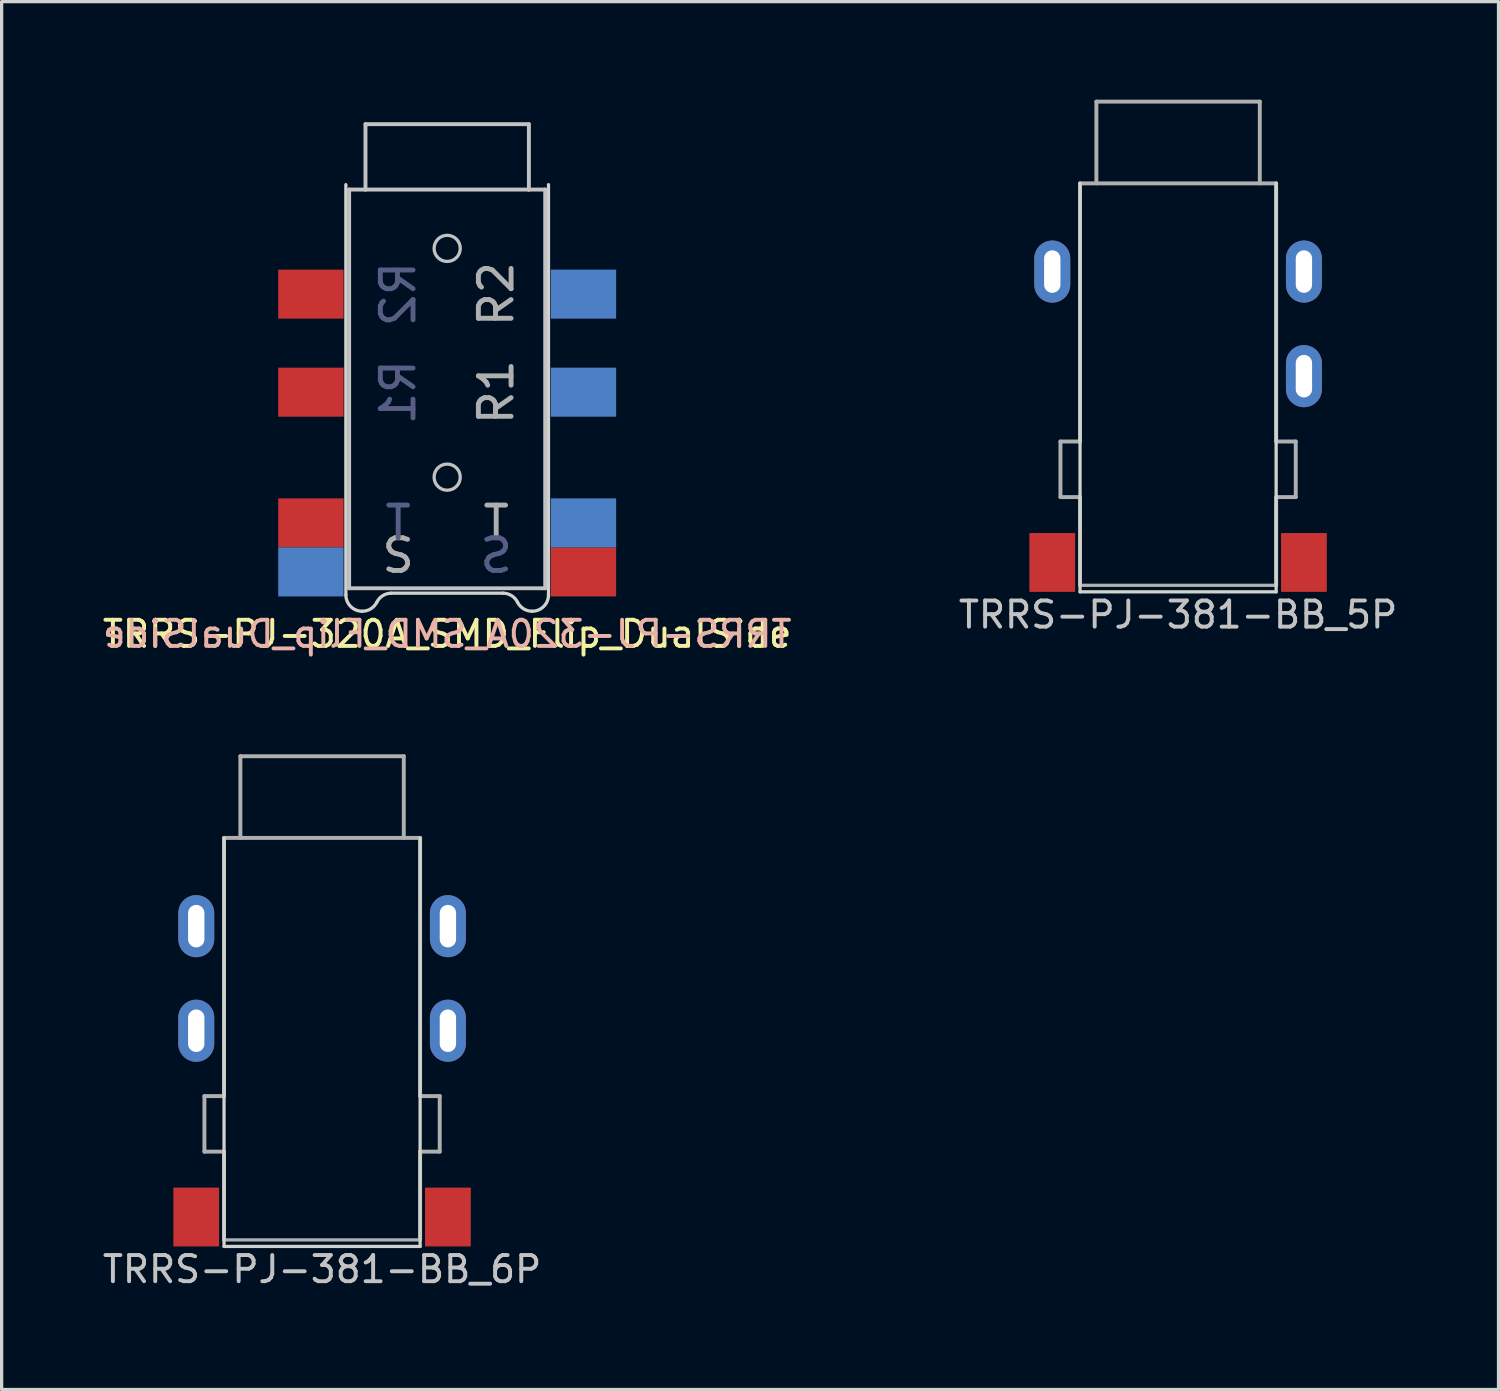
<source format=kicad_pcb>
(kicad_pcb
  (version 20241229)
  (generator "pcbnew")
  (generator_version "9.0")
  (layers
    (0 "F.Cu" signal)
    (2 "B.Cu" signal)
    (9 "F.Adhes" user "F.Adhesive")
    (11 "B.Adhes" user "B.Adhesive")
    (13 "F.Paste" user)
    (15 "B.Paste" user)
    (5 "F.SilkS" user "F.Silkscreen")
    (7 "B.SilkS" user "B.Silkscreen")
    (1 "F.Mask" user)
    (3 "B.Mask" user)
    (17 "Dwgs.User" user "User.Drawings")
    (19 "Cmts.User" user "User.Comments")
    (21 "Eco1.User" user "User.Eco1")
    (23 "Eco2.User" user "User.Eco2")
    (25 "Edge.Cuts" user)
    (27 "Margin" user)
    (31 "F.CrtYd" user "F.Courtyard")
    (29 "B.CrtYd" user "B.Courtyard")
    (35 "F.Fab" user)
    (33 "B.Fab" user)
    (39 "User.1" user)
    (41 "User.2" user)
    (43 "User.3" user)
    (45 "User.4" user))
  (footprint "TRRS-PJ-320A_SMD_Flip_DualSide"
    (layer "F.Cu")
    (at 10.633 2.75)
    (property "Reference" "TRRS-PJ-320A_SMD_Flip_DualSide" (at 0 13.6 0) (layer "F.SilkS") (effects (font (size 0.8 0.8) (thickness 0.12))))
    (attr through_hole)
    (fp_line (start -3 12.2) (end -3 0) (stroke (width 0.12) (type default)) (layer "Dwgs.User"))
    (fp_line (start -3 12.2) (end 3 12.2) (stroke (width 0.12) (type default)) (layer "Dwgs.User"))
    (fp_line (start -2.5 -2) (end -2.5 0) (stroke (width 0.12) (type default)) (layer "Dwgs.User"))
    (fp_line (start -2.5 0) (end -3 0) (stroke (width 0.12) (type default)) (layer "Dwgs.User"))
    (fp_line (start 2.5 -2) (end -2.5 -2) (stroke (width 0.12) (type default)) (layer "Dwgs.User"))
    (fp_line (start 2.5 -2) (end 2.5 0) (stroke (width 0.12) (type default)) (layer "Dwgs.User"))
    (fp_line (start 2.5 0) (end -2.5 0) (stroke (width 0.12) (type default)) (layer "Dwgs.User"))
    (fp_line (start 3 0) (end 2.5 0) (stroke (width 0.12) (type default)) (layer "Dwgs.User"))
    (fp_line (start 3 0) (end 3 12.2) (stroke (width 0.12) (type default)) (layer "Dwgs.User"))
    (fp_circle (center 0 1.8) (end 0.4 1.8) (stroke (width 0.1) (type default)) (fill no) (layer "Dwgs.User"))
    (fp_circle (center 0 8.8) (end 0.4 8.8) (stroke (width 0.1) (type default)) (fill no) (layer "Dwgs.User"))
    (fp_line (start -3.1 -0.15) (end -2.505 -0.15) (stroke (width 0.1) (type default)) (layer "Eco1.User"))
    (fp_line (start -2.505 -0.15) (end -2.505 -1.15) (stroke (width 0.1) (type default)) (layer "Eco1.User"))
    (fp_line (start 2.505 -0.15) (end 2.505 -1.15) (stroke (width 0.1) (type default)) (layer "Eco1.User"))
    (fp_line (start 2.505 -0.15) (end 3.1 -0.15) (stroke (width 0.1) (type default)) (layer "Eco1.User"))
    (fp_line (start -3.1 -0.15) (end -2.35 -0.15) (stroke (width 0.1) (type default)) (layer "Eco2.User"))
    (fp_line (start -2.35 -0.15) (end -2.35 -1.15) (stroke (width 0.1) (type default)) (layer "Eco2.User"))
    (fp_line (start 2.35 -0.15) (end 2.35 -1.15) (stroke (width 0.1) (type default)) (layer "Eco2.User"))
    (fp_line (start 2.35 -0.15) (end 3.1 -0.15) (stroke (width 0.1) (type default)) (layer "Eco2.User"))
    (fp_line (start -3.1 12.403) (end -3.1 -0.15) (stroke (width 0.1) (type default)) (layer "Edge.Cuts"))
    (fp_line (start 1.706 12.35) (end -1.706 12.35) (stroke (width 0.1) (type default)) (layer "Edge.Cuts"))
    (fp_line (start 3.1 -0.15) (end 3.1 12.403) (stroke (width 0.1) (type default)) (layer "Edge.Cuts"))
    (fp_arc (start -2.6 12.903) (mid -2.953553 12.756553) (end -3.1 12.403) (stroke (width 0.1) (type default)) (layer "Edge.Cuts"))
    (fp_arc (start -2.152786 12.626606) (mid -2.337134 12.828327) (end -2.6 12.903) (stroke (width 0.1) (type default)) (layer "Edge.Cuts"))
    (fp_arc (start -2.152786 12.626606) (mid -1.968438 12.424887) (end -1.705572 12.350212) (stroke (width 0.1) (type default)) (layer "Edge.Cuts"))
    (fp_arc (start 1.705572 12.350212) (mid 1.968438 12.424887) (end 2.152786 12.626606) (stroke (width 0.1) (type default)) (layer "Edge.Cuts"))
    (fp_arc (start 2.6 12.903) (mid 2.337134 12.828325) (end 2.152786 12.626606) (stroke (width 0.1) (type default)) (layer "Edge.Cuts"))
    (fp_arc (start 3.1 12.403) (mid 2.953553 12.756553) (end 2.6 12.903) (stroke (width 0.1) (type default)) (layer "Edge.Cuts"))
    (fp_text user "${REFERENCE}" (at 0 13.6 0) (layer "B.SilkS") (effects (font (size 0.8 0.8) (thickness 0.12)) (justify mirror)))
    (fp_text user "1.6mm PCB" (at 3.5 0 0) (unlocked yes) (layer "Eco1.User") (effects (font (size 1 1) (thickness 0.15)) (justify left bottom)))
    (fp_text user "1.2mm PCB" (at 3.5 -1.3 0) (unlocked yes) (layer "Eco2.User") (effects (font (size 1 1) (thickness 0.15)) (justify left bottom)))
    (fp_text user "S" (at 1.5 11.2 180) (layer "B.Fab") (effects (font (size 1 1) (thickness 0.15)) (justify mirror)))
    (fp_text user "T" (at -1.5 10.2 180) (layer "B.Fab") (effects (font (size 1 1) (thickness 0.15)) (justify mirror)))
    (fp_text user "R1" (at -1.5 6.2 270) (layer "B.Fab") (effects (font (size 1 1) (thickness 0.15)) (justify mirror)))
    (fp_text user "R2" (at -1.5 3.2 270) (layer "B.Fab") (effects (font (size 1 1) (thickness 0.15)) (justify mirror)))
    (fp_text user "R2" (at 1.5 3.2 90) (layer "F.Fab") (effects (font (size 1 1) (thickness 0.15))))
    (fp_text user "T" (at 1.5 10.2 180) (layer "F.Fab") (effects (font (size 1 1) (thickness 0.15))))
    (fp_text user "S" (at -1.5 11.2 180) (layer "F.Fab") (effects (font (size 1 1) (thickness 0.15))))
    (fp_text user "R1" (at 1.5 6.2 90) (layer "F.Fab") (effects (font (size 1 1) (thickness 0.15))))
    (pad "1" smd trapezoid (at -4.17 11.7) (size 2 1.5) (layers "B.Cu" "B.Mask" "B.Paste"))
    (pad "1" smd trapezoid (at 4.17 11.7) (size 2 1.5) (layers "F.Cu" "F.Mask" "F.Paste"))
    (pad "2" smd trapezoid (at -4.17 10.2 180) (size 2 1.5) (layers "F.Cu" "F.Mask" "F.Paste"))
    (pad "2" smd trapezoid (at 4.17 10.2 180) (size 2 1.5) (layers "B.Cu" "B.Mask" "B.Paste"))
    (pad "3" smd trapezoid (at -4.17 6.2 180) (size 2 1.5) (layers "F.Cu" "F.Mask" "F.Paste"))
    (pad "3" smd trapezoid (at 4.17 6.2 180) (size 2 1.5) (layers "B.Cu" "B.Mask" "B.Paste"))
    (pad "4" smd trapezoid (at -4.17 3.2 180) (size 2 1.5) (layers "F.Cu" "F.Mask" "F.Paste"))
    (pad "4" smd trapezoid (at 4.17 3.2 180) (size 2 1.5) (layers "B.Cu" "B.Mask" "B.Paste")))
  (footprint "TRRS-PJ-381-BB_5P"
    (layer "F.Cu")
    (at 32.998 2.56)
    (property "Reference" "TRRS-PJ-381-BB_5P" (at 0 13.2 180) (layer "Dwgs.User") (effects (font (size 0.8 0.8) (thickness 0.12))))
    (attr through_hole)
    (fp_line (start -3 0) (end -3 12.5) (stroke (width 0.1) (type default)) (layer "Edge.Cuts"))
    (fp_line (start -3 12.5) (end 3 12.5) (stroke (width 0.1) (type default)) (layer "Edge.Cuts"))
    (fp_line (start 3 0) (end 3 12.5) (stroke (width 0.1) (type default)) (layer "Edge.Cuts"))
    (fp_line (start -3.6 7.9) (end -3.6 9.6) (stroke (width 0.12) (type default)) (layer "F.Fab"))
    (fp_line (start -3 0) (end -3 7.9) (stroke (width 0.12) (type default)) (layer "F.Fab"))
    (fp_line (start -3 0) (end 3 0) (stroke (width 0.12) (type default)) (layer "F.Fab"))
    (fp_line (start -3 7.9) (end -3.6 7.9) (stroke (width 0.12) (type default)) (layer "F.Fab"))
    (fp_line (start -3 9.6) (end -3.6 9.6) (stroke (width 0.12) (type default)) (layer "F.Fab"))
    (fp_line (start -3 9.6) (end -3 12.3) (stroke (width 0.12) (type default)) (layer "F.Fab"))
    (fp_line (start -3 12.3) (end 3 12.3) (stroke (width 0.1) (type default)) (layer "F.Fab"))
    (fp_line (start -2.5 -2.5) (end -2.5 0) (stroke (width 0.12) (type default)) (layer "F.Fab"))
    (fp_line (start -2.5 -2.5) (end 2.5 -2.5) (stroke (width 0.12) (type default)) (layer "F.Fab"))
    (fp_line (start 2.5 -2.5) (end 2.5 0) (stroke (width 0.12) (type default)) (layer "F.Fab"))
    (fp_line (start 3 0) (end 3 7.9) (stroke (width 0.12) (type default)) (layer "F.Fab"))
    (fp_line (start 3 7.9) (end 3.6 7.9) (stroke (width 0.12) (type default)) (layer "F.Fab"))
    (fp_line (start 3 9.6) (end 3 12.3) (stroke (width 0.12) (type default)) (layer "F.Fab"))
    (fp_line (start 3 9.6) (end 3.6 9.6) (stroke (width 0.12) (type default)) (layer "F.Fab"))
    (fp_line (start 3.6 7.9) (end 3.6 9.6) (stroke (width 0.12) (type default)) (layer "F.Fab"))
    (pad "R1" thru_hole oval (at 3.85 5.9) (size 1.1 1.9) (drill oval 0.5 1.3) (layers "*.Cu" "*.Mask"))
    (pad "S" thru_hole oval (at -3.85 2.7) (size 1.1 1.9) (drill oval 0.5 1.3) (layers "*.Cu" "*.Mask"))
    (pad "S" thru_hole oval (at 3.85 2.7) (size 1.1 1.9) (drill oval 0.5 1.3) (layers "*.Cu" "*.Mask"))
    (pad "T" smd custom (at -3.85 11.6 90) (size 1.8 1.4) (layers "F.Cu" "F.Mask" "F.Paste") (options (anchor rect)) (primitives))
    (pad "T" smd custom (at 3.85 11.6 90) (size 1.8 1.4) (layers "F.Cu" "F.Mask" "F.Paste") (options (anchor rect)) (primitives)))
  (footprint "TRRS-PJ-381-BB_6P"
    (layer "F.Cu")
    (at 6.805 22.589)
    (property "Reference" "TRRS-PJ-381-BB_6P" (at 0 13.2 180) (layer "Dwgs.User") (effects (font (size 0.8 0.8) (thickness 0.12))))
    (attr through_hole)
    (fp_line (start -3 0) (end -3 12.5) (stroke (width 0.1) (type default)) (layer "Edge.Cuts"))
    (fp_line (start -3 12.5) (end 3 12.5) (stroke (width 0.1) (type default)) (layer "Edge.Cuts"))
    (fp_line (start 3 0) (end 3 12.5) (stroke (width 0.1) (type default)) (layer "Edge.Cuts"))
    (fp_line (start -3.6 7.9) (end -3.6 9.6) (stroke (width 0.12) (type default)) (layer "F.Fab"))
    (fp_line (start -3 0) (end -3 7.9) (stroke (width 0.12) (type default)) (layer "F.Fab"))
    (fp_line (start -3 0) (end 3 0) (stroke (width 0.12) (type default)) (layer "F.Fab"))
    (fp_line (start -3 7.9) (end -3.6 7.9) (stroke (width 0.12) (type default)) (layer "F.Fab"))
    (fp_line (start -3 9.6) (end -3.6 9.6) (stroke (width 0.12) (type default)) (layer "F.Fab"))
    (fp_line (start -3 9.6) (end -3 12.3) (stroke (width 0.12) (type default)) (layer "F.Fab"))
    (fp_line (start -3 12.3) (end 3 12.3) (stroke (width 0.1) (type default)) (layer "F.Fab"))
    (fp_line (start -2.5 -2.5) (end -2.5 0) (stroke (width 0.12) (type default)) (layer "F.Fab"))
    (fp_line (start -2.5 -2.5) (end 2.5 -2.5) (stroke (width 0.12) (type default)) (layer "F.Fab"))
    (fp_line (start 2.5 -2.5) (end 2.5 0) (stroke (width 0.12) (type default)) (layer "F.Fab"))
    (fp_line (start 3 0) (end 3 7.9) (stroke (width 0.12) (type default)) (layer "F.Fab"))
    (fp_line (start 3 7.9) (end 3.6 7.9) (stroke (width 0.12) (type default)) (layer "F.Fab"))
    (fp_line (start 3 9.6) (end 3 12.3) (stroke (width 0.12) (type default)) (layer "F.Fab"))
    (fp_line (start 3 9.6) (end 3.6 9.6) (stroke (width 0.12) (type default)) (layer "F.Fab"))
    (fp_line (start 3.6 7.9) (end 3.6 9.6) (stroke (width 0.12) (type default)) (layer "F.Fab"))
    (pad "R1" thru_hole oval (at -3.85 5.9) (size 1.1 1.9) (drill oval 0.5 1.3) (layers "*.Cu" "*.Mask"))
    (pad "R1" thru_hole oval (at 3.85 5.9) (size 1.1 1.9) (drill oval 0.5 1.3) (layers "*.Cu" "*.Mask"))
    (pad "S" thru_hole oval (at -3.85 2.7) (size 1.1 1.9) (drill oval 0.5 1.3) (layers "*.Cu" "*.Mask"))
    (pad "S" thru_hole oval (at 3.85 2.7) (size 1.1 1.9) (drill oval 0.5 1.3) (layers "*.Cu" "*.Mask"))
    (pad "T" smd custom (at -3.85 11.6 90) (size 1.8 1.4) (layers "F.Cu" "F.Mask" "F.Paste") (options (anchor rect)) (primitives))
    (pad "T" smd custom (at 3.85 11.6 90) (size 1.8 1.4) (layers "F.Cu" "F.Mask" "F.Paste") (options (anchor rect)) (primitives)))
  (gr_rect
    (start -3 -3)
    (end 42.802 39.467)
    (stroke (width 0.1) (type default))
    (fill no)
    (layer "Edge.Cuts")))
</source>
